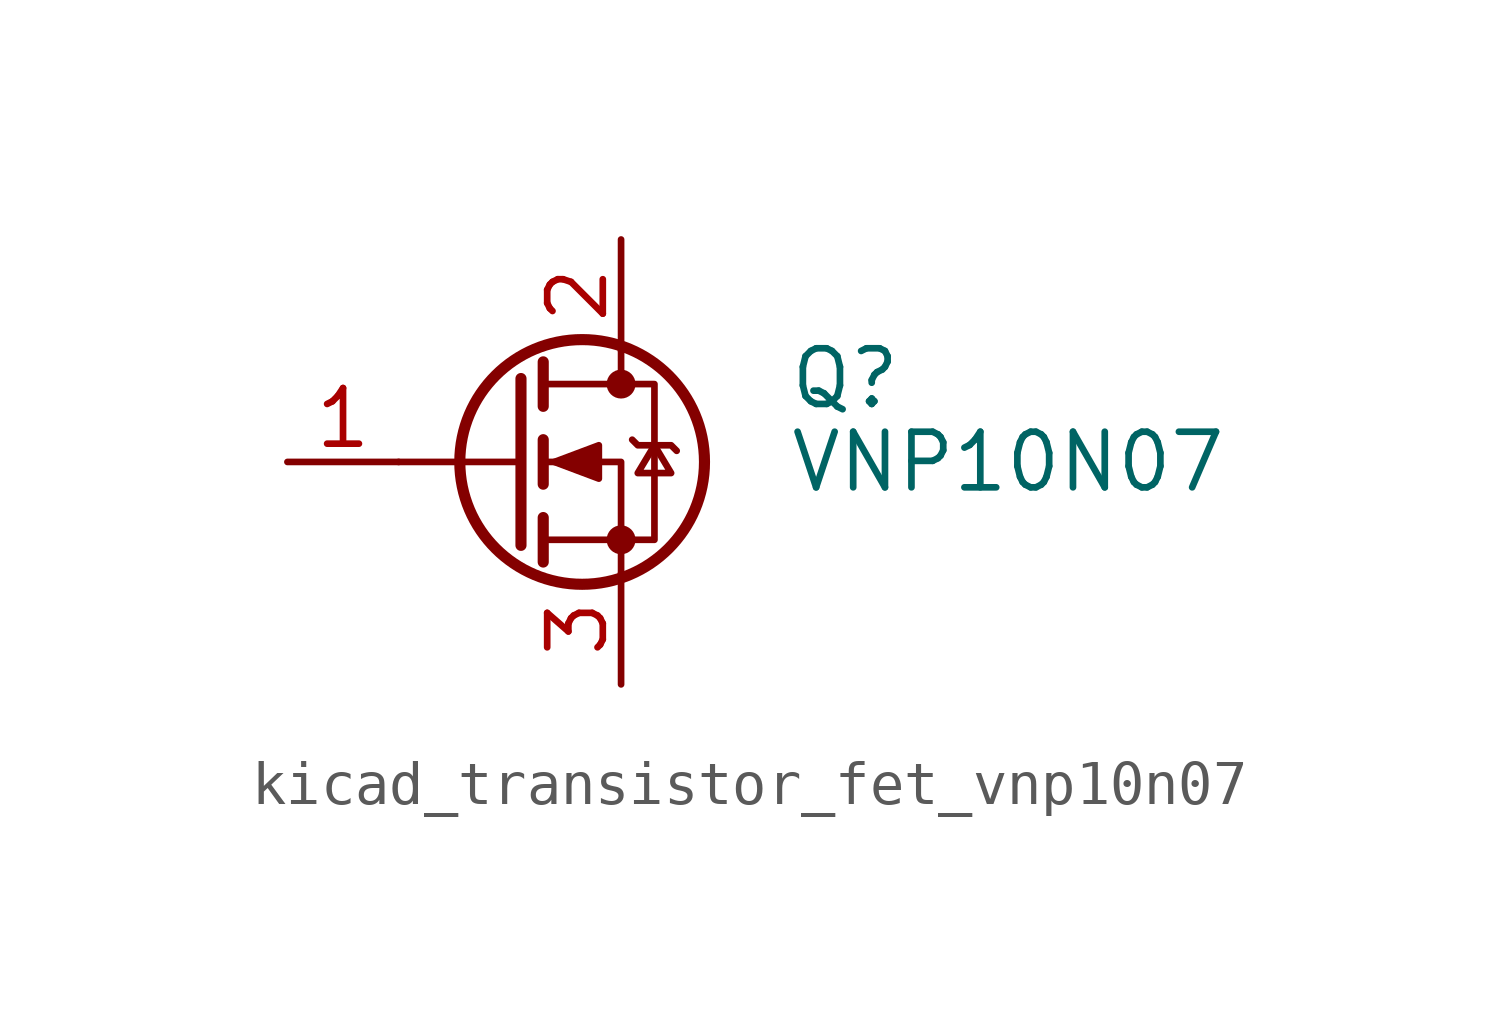
<source format=kicad_sym>
(kicad_symbol_lib
  (version 20220914)
  (generator kicad_symbol_editor)
  (symbol "kicad_transistor_fet_vnp10n07"
    (pin_names hide)
    (property "Reference" "Q"
      (at 6.35 1.905 0)
      (effects (font (size 1.27 1.27)) (justify left)))
    (property "Value" "VNP10N07"
      (at 6.35 0 0)
      (effects (font (size 1.27 1.27)) (justify left)))
    (symbol "kicad_transistor_fet_vnp10n07_0_1"
      (polyline (pts (xy 0.254 0) (xy -2.54 0)) (stroke (width 0) (type default)) (fill (type none)))
      (polyline (pts (xy 0.254 1.905) (xy 0.254 -1.905)) (stroke (width 0.254) (type default)) (fill (type none)))
      (polyline (pts (xy 0.762 -1.27) (xy 0.762 -2.286)) (stroke (width 0.254) (type default)) (fill (type none)))
      (polyline (pts (xy 0.762 0.508) (xy 0.762 -0.508)) (stroke (width 0.254) (type default)) (fill (type none)))
      (polyline (pts (xy 0.762 2.286) (xy 0.762 1.27)) (stroke (width 0.254) (type default)) (fill (type none)))
      (polyline (pts (xy 2.54 2.54) (xy 2.54 1.778)) (stroke (width 0) (type default)) (fill (type none)))
      (polyline (pts (xy 2.54 -2.54) (xy 2.54 0) (xy 0.762 0)) (stroke (width 0) (type default)) (fill (type none)))
      (polyline (pts (xy 0.762 -1.778) (xy 3.302 -1.778) (xy 3.302 1.778) (xy 0.762 1.778)) (stroke (width 0) (type default)) (fill (type none)))
      (polyline (pts (xy 1.016 0) (xy 2.032 0.381) (xy 2.032 -0.381) (xy 1.016 0)) (stroke (width 0) (type default)) (fill (type outline)))
      (polyline (pts (xy 2.794 0.508) (xy 2.921 0.381) (xy 3.683 0.381) (xy 3.81 0.254)) (stroke (width 0) (type default)) (fill (type none)))
      (polyline (pts (xy 3.302 0.381) (xy 2.921 -0.254) (xy 3.683 -0.254) (xy 3.302 0.381)) (stroke (width 0) (type default)) (fill (type none)))
      (circle (center 1.651 0) (radius 2.794) (stroke (width 0.254) (type default)) (fill (type none)))
      (circle (center 2.54 -1.778) (radius 0.254) (stroke (width 0) (type default)) (fill (type outline)))
      (circle (center 2.54 1.778) (radius 0.254) (stroke (width 0) (type default)) (fill (type outline))))
    (symbol "kicad_transistor_fet_vnp10n07_1_1"
      (pin input line (at -5.08 0 0) (length 2.54) (name "G" (effects (font (size 1.27 1.27)))) (number "1" (effects (font (size 1.27 1.27)))))
      (pin passive line (at 2.54 5.08 270) (length 2.54) (name "D" (effects (font (size 1.27 1.27)))) (number "2" (effects (font (size 1.27 1.27)))))
      (pin passive line (at 2.54 -5.08 90) (length 2.54) (name "S" (effects (font (size 1.27 1.27)))) (number "3" (effects (font (size 1.27 1.27))))))))
</source>
